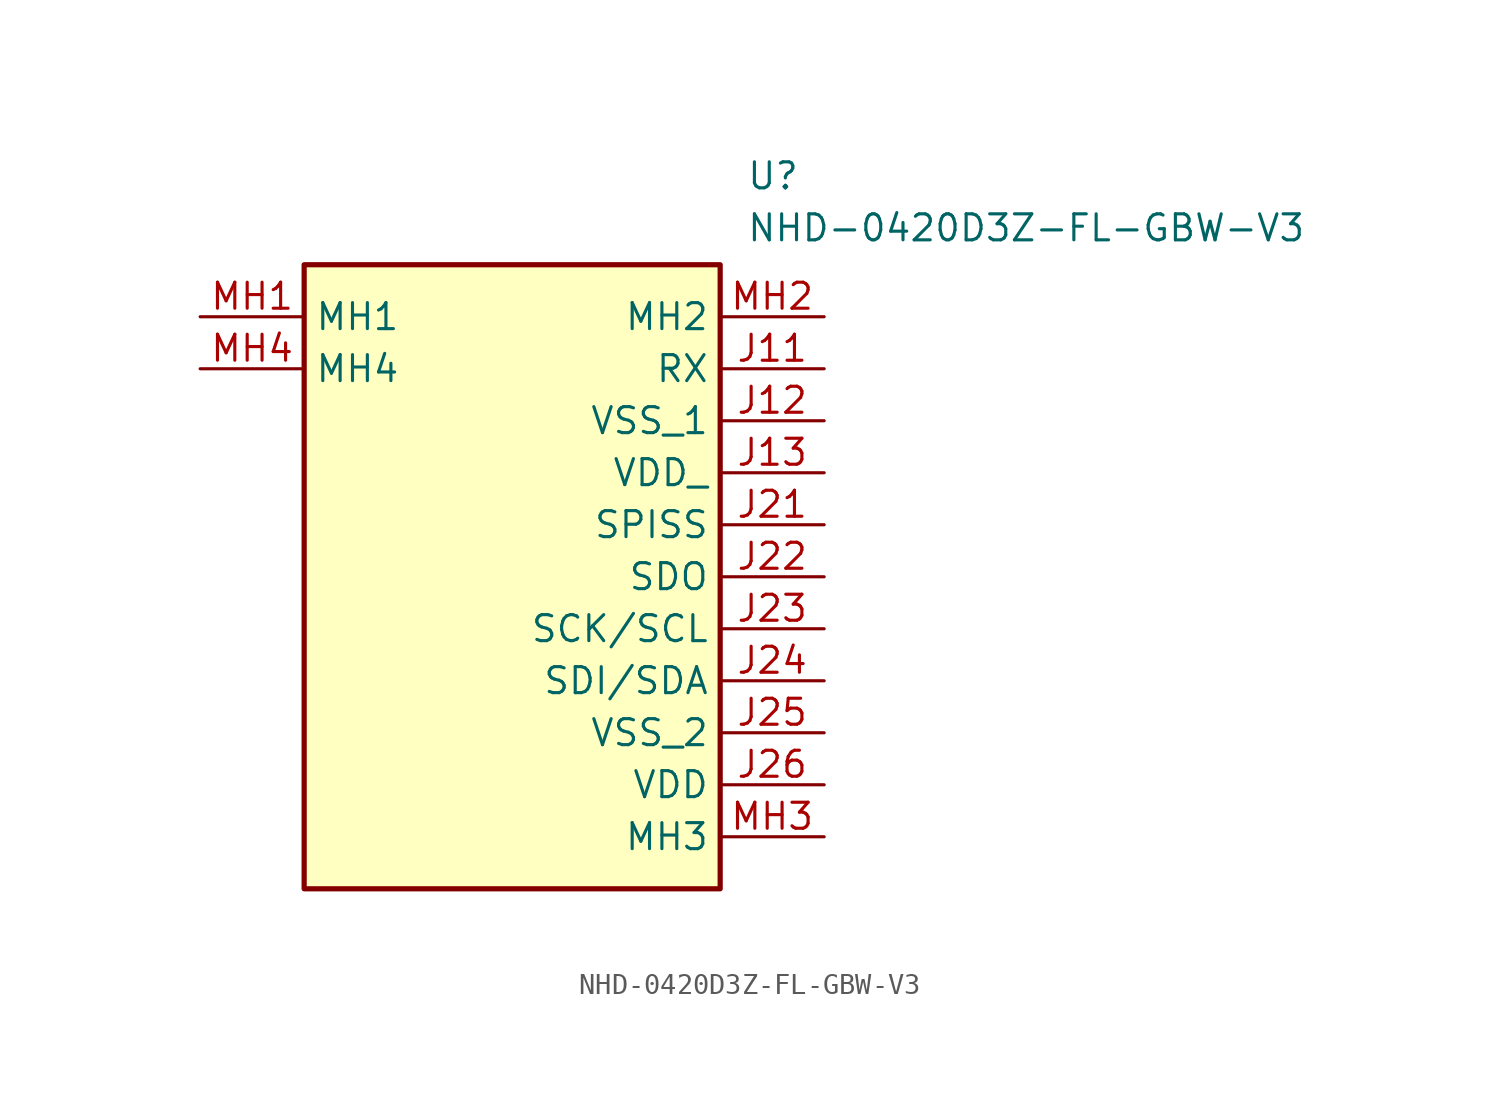
<source format=kicad_sym>
(kicad_symbol_lib
  (version 20211014)
  (generator SamacSys_ECAD_Model)
  (symbol "NHD-0420D3Z-FL-GBW-V3"
    (property "Reference" "U"
      (at 26.67 7.62 0)
      (effects (font (size 1.27 1.27)) (justify left top)))
    (property "Value" "NHD-0420D3Z-FL-GBW-V3"
      (at 26.67 5.08 0)
      (effects (font (size 1.27 1.27)) (justify left top)))
    (rectangle
      (start 5.08 2.54)
      (end 25.4 -27.94)
      (stroke (width 0.254) (type default))
      (fill (type background)))
    (pin passive line
      (at 30.48 -2.54 180)
      (length 5.08)
      (name "RX" (effects (font (size 1.27 1.27))))
      (number "J11" (effects (font (size 1.27 1.27)))))
    (pin passive line
      (at 30.48 -5.08 180)
      (length 5.08)
      (name "VSS_1" (effects (font (size 1.27 1.27))))
      (number "J12" (effects (font (size 1.27 1.27)))))
    (pin passive line
      (at 30.48 -7.62 180)
      (length 5.08)
      (name "VDD_" (effects (font (size 1.27 1.27))))
      (number "J13" (effects (font (size 1.27 1.27)))))
    (pin passive line
      (at 30.48 -10.16 180)
      (length 5.08)
      (name "SPISS" (effects (font (size 1.27 1.27))))
      (number "J21" (effects (font (size 1.27 1.27)))))
    (pin passive line
      (at 30.48 -12.7 180)
      (length 5.08)
      (name "SDO" (effects (font (size 1.27 1.27))))
      (number "J22" (effects (font (size 1.27 1.27)))))
    (pin passive line
      (at 30.48 -15.24 180)
      (length 5.08)
      (name "SCK/SCL" (effects (font (size 1.27 1.27))))
      (number "J23" (effects (font (size 1.27 1.27)))))
    (pin passive line
      (at 30.48 -17.78 180)
      (length 5.08)
      (name "SDI/SDA" (effects (font (size 1.27 1.27))))
      (number "J24" (effects (font (size 1.27 1.27)))))
    (pin passive line
      (at 30.48 -20.32 180)
      (length 5.08)
      (name "VSS_2" (effects (font (size 1.27 1.27))))
      (number "J25" (effects (font (size 1.27 1.27)))))
    (pin passive line
      (at 30.48 -22.86 180)
      (length 5.08)
      (name "VDD" (effects (font (size 1.27 1.27))))
      (number "J26" (effects (font (size 1.27 1.27)))))
    (pin passive line
      (at 0 0 0)
      (length 5.08)
      (name "MH1" (effects (font (size 1.27 1.27))))
      (number "MH1" (effects (font (size 1.27 1.27)))))
    (pin passive line
      (at 30.48 0 180)
      (length 5.08)
      (name "MH2" (effects (font (size 1.27 1.27))))
      (number "MH2" (effects (font (size 1.27 1.27)))))
    (pin passive line
      (at 30.48 -25.4 180)
      (length 5.08)
      (name "MH3" (effects (font (size 1.27 1.27))))
      (number "MH3" (effects (font (size 1.27 1.27)))))
    (pin passive line
      (at 0 -2.54 0)
      (length 5.08)
      (name "MH4" (effects (font (size 1.27 1.27))))
      (number "MH4" (effects (font (size 1.27 1.27)))))))
</source>
